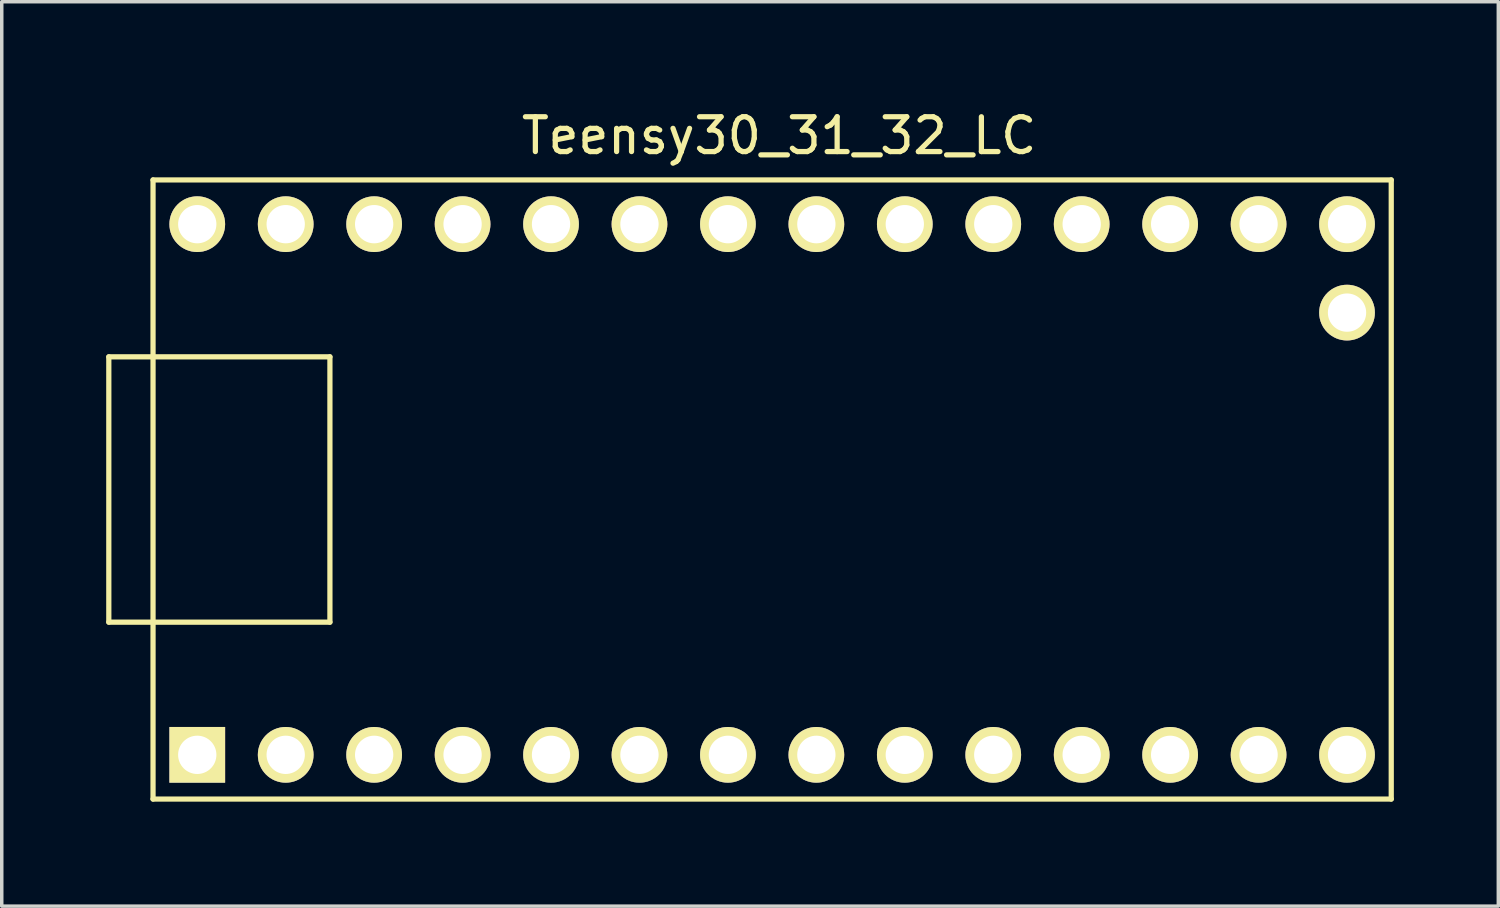
<source format=kicad_pcb>
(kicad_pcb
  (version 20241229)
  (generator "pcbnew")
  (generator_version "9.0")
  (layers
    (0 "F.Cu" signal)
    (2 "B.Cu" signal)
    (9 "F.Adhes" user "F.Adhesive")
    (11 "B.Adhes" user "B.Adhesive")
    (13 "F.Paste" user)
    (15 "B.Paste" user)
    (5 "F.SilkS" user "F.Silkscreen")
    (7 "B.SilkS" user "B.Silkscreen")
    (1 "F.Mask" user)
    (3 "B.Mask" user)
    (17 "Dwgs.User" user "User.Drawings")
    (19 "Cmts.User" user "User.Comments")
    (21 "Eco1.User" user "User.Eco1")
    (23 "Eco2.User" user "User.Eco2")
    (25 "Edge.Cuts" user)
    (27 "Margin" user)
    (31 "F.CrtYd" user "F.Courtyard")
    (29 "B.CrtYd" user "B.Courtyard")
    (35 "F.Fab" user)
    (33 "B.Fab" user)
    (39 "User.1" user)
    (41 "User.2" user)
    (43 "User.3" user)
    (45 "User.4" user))
  (footprint "Teensy30_31_32_LC"
    (layer "F.Cu")
    (at 19.325 11.008)
    (property "Reference" "Teensy30_31_32_LC" (at 0 -10.16 0) (layer "F.SilkS") (effects (font (size 1 1) (thickness 0.15))))
    (attr through_hole)
    (fp_line (start -19.25 -3.81) (end -17.98 -3.81) (stroke (width 0.15) (type solid)) (layer "F.SilkS"))
    (fp_line (start -19.25 3.81) (end -19.25 -3.81) (stroke (width 0.15) (type solid)) (layer "F.SilkS"))
    (fp_line (start -17.98 -8.89) (end 17.58 -8.89) (stroke (width 0.15) (type solid)) (layer "F.SilkS"))
    (fp_line (start -17.98 3.81) (end -19.25 3.81) (stroke (width 0.15) (type solid)) (layer "F.SilkS"))
    (fp_line (start -17.98 8.89) (end -17.98 -8.89) (stroke (width 0.15) (type solid)) (layer "F.SilkS"))
    (fp_line (start -12.9 -3.81) (end -17.98 -3.81) (stroke (width 0.15) (type solid)) (layer "F.SilkS"))
    (fp_line (start -12.9 3.81) (end -17.98 3.81) (stroke (width 0.15) (type solid)) (layer "F.SilkS"))
    (fp_line (start -12.9 3.81) (end -12.9 -3.81) (stroke (width 0.15) (type solid)) (layer "F.SilkS"))
    (fp_line (start 17.58 -8.89) (end 17.58 8.89) (stroke (width 0.15) (type solid)) (layer "F.SilkS"))
    (fp_line (start 17.58 8.89) (end -17.98 8.89) (stroke (width 0.15) (type solid)) (layer "F.SilkS"))
    (pad "1" thru_hole rect (at -16.71 7.62) (size 1.6 1.6) (drill 1.1) (layers "*.Cu" "*.Mask" "F.SilkS"))
    (pad "2" thru_hole circle (at -14.17 7.62) (size 1.6 1.6) (drill 1.1) (layers "*.Cu" "*.Mask" "F.SilkS"))
    (pad "3" thru_hole circle (at -11.63 7.62) (size 1.6 1.6) (drill 1.1) (layers "*.Cu" "*.Mask" "F.SilkS"))
    (pad "4" thru_hole circle (at -9.09 7.62) (size 1.6 1.6) (drill 1.1) (layers "*.Cu" "*.Mask" "F.SilkS"))
    (pad "5" thru_hole circle (at -6.55 7.62) (size 1.6 1.6) (drill 1.1) (layers "*.Cu" "*.Mask" "F.SilkS"))
    (pad "6" thru_hole circle (at -4.01 7.62) (size 1.6 1.6) (drill 1.1) (layers "*.Cu" "*.Mask" "F.SilkS"))
    (pad "7" thru_hole circle (at -1.47 7.62) (size 1.6 1.6) (drill 1.1) (layers "*.Cu" "*.Mask" "F.SilkS"))
    (pad "8" thru_hole circle (at 1.07 7.62) (size 1.6 1.6) (drill 1.1) (layers "*.Cu" "*.Mask" "F.SilkS"))
    (pad "9" thru_hole circle (at 3.61 7.62) (size 1.6 1.6) (drill 1.1) (layers "*.Cu" "*.Mask" "F.SilkS"))
    (pad "10" thru_hole circle (at 6.15 7.62) (size 1.6 1.6) (drill 1.1) (layers "*.Cu" "*.Mask" "F.SilkS"))
    (pad "11" thru_hole circle (at 8.69 7.62) (size 1.6 1.6) (drill 1.1) (layers "*.Cu" "*.Mask" "F.SilkS"))
    (pad "12" thru_hole circle (at 11.23 7.62) (size 1.6 1.6) (drill 1.1) (layers "*.Cu" "*.Mask" "F.SilkS"))
    (pad "13" thru_hole circle (at 13.77 7.62) (size 1.6 1.6) (drill 1.1) (layers "*.Cu" "*.Mask" "F.SilkS"))
    (pad "14" thru_hole circle (at 16.31 7.62) (size 1.6 1.6) (drill 1.1) (layers "*.Cu" "*.Mask" "F.SilkS"))
    (pad "19" thru_hole circle (at 16.31 -5.08) (size 1.6 1.6) (drill 1.1) (layers "*.Cu" "*.Mask" "F.SilkS"))
    (pad "20" thru_hole circle (at 16.31 -7.62) (size 1.6 1.6) (drill 1.1) (layers "*.Cu" "*.Mask" "F.SilkS"))
    (pad "21" thru_hole circle (at 13.77 -7.62) (size 1.6 1.6) (drill 1.1) (layers "*.Cu" "*.Mask" "F.SilkS"))
    (pad "22" thru_hole circle (at 11.23 -7.62) (size 1.6 1.6) (drill 1.1) (layers "*.Cu" "*.Mask" "F.SilkS"))
    (pad "23" thru_hole circle (at 8.69 -7.62) (size 1.6 1.6) (drill 1.1) (layers "*.Cu" "*.Mask" "F.SilkS"))
    (pad "24" thru_hole circle (at 6.15 -7.62) (size 1.6 1.6) (drill 1.1) (layers "*.Cu" "*.Mask" "F.SilkS"))
    (pad "25" thru_hole circle (at 3.61 -7.62) (size 1.6 1.6) (drill 1.1) (layers "*.Cu" "*.Mask" "F.SilkS"))
    (pad "26" thru_hole circle (at 1.07 -7.62) (size 1.6 1.6) (drill 1.1) (layers "*.Cu" "*.Mask" "F.SilkS"))
    (pad "27" thru_hole circle (at -1.47 -7.62) (size 1.6 1.6) (drill 1.1) (layers "*.Cu" "*.Mask" "F.SilkS"))
    (pad "28" thru_hole circle (at -4.01 -7.62) (size 1.6 1.6) (drill 1.1) (layers "*.Cu" "*.Mask" "F.SilkS"))
    (pad "29" thru_hole circle (at -6.55 -7.62) (size 1.6 1.6) (drill 1.1) (layers "*.Cu" "*.Mask" "F.SilkS"))
    (pad "30" thru_hole circle (at -9.09 -7.62) (size 1.6 1.6) (drill 1.1) (layers "*.Cu" "*.Mask" "F.SilkS"))
    (pad "31" thru_hole circle (at -11.63 -7.62) (size 1.6 1.6) (drill 1.1) (layers "*.Cu" "*.Mask" "F.SilkS"))
    (pad "32" thru_hole circle (at -14.17 -7.62) (size 1.6 1.6) (drill 1.1) (layers "*.Cu" "*.Mask" "F.SilkS"))
    (pad "33" thru_hole circle (at -16.71 -7.62) (size 1.6 1.6) (drill 1.1) (layers "*.Cu" "*.Mask" "F.SilkS")))
  (gr_rect
    (start -3 -3)
    (end 39.98 22.973)
    (stroke (width 0.1) (type default))
    (fill no)
    (layer "Edge.Cuts")))
</source>
